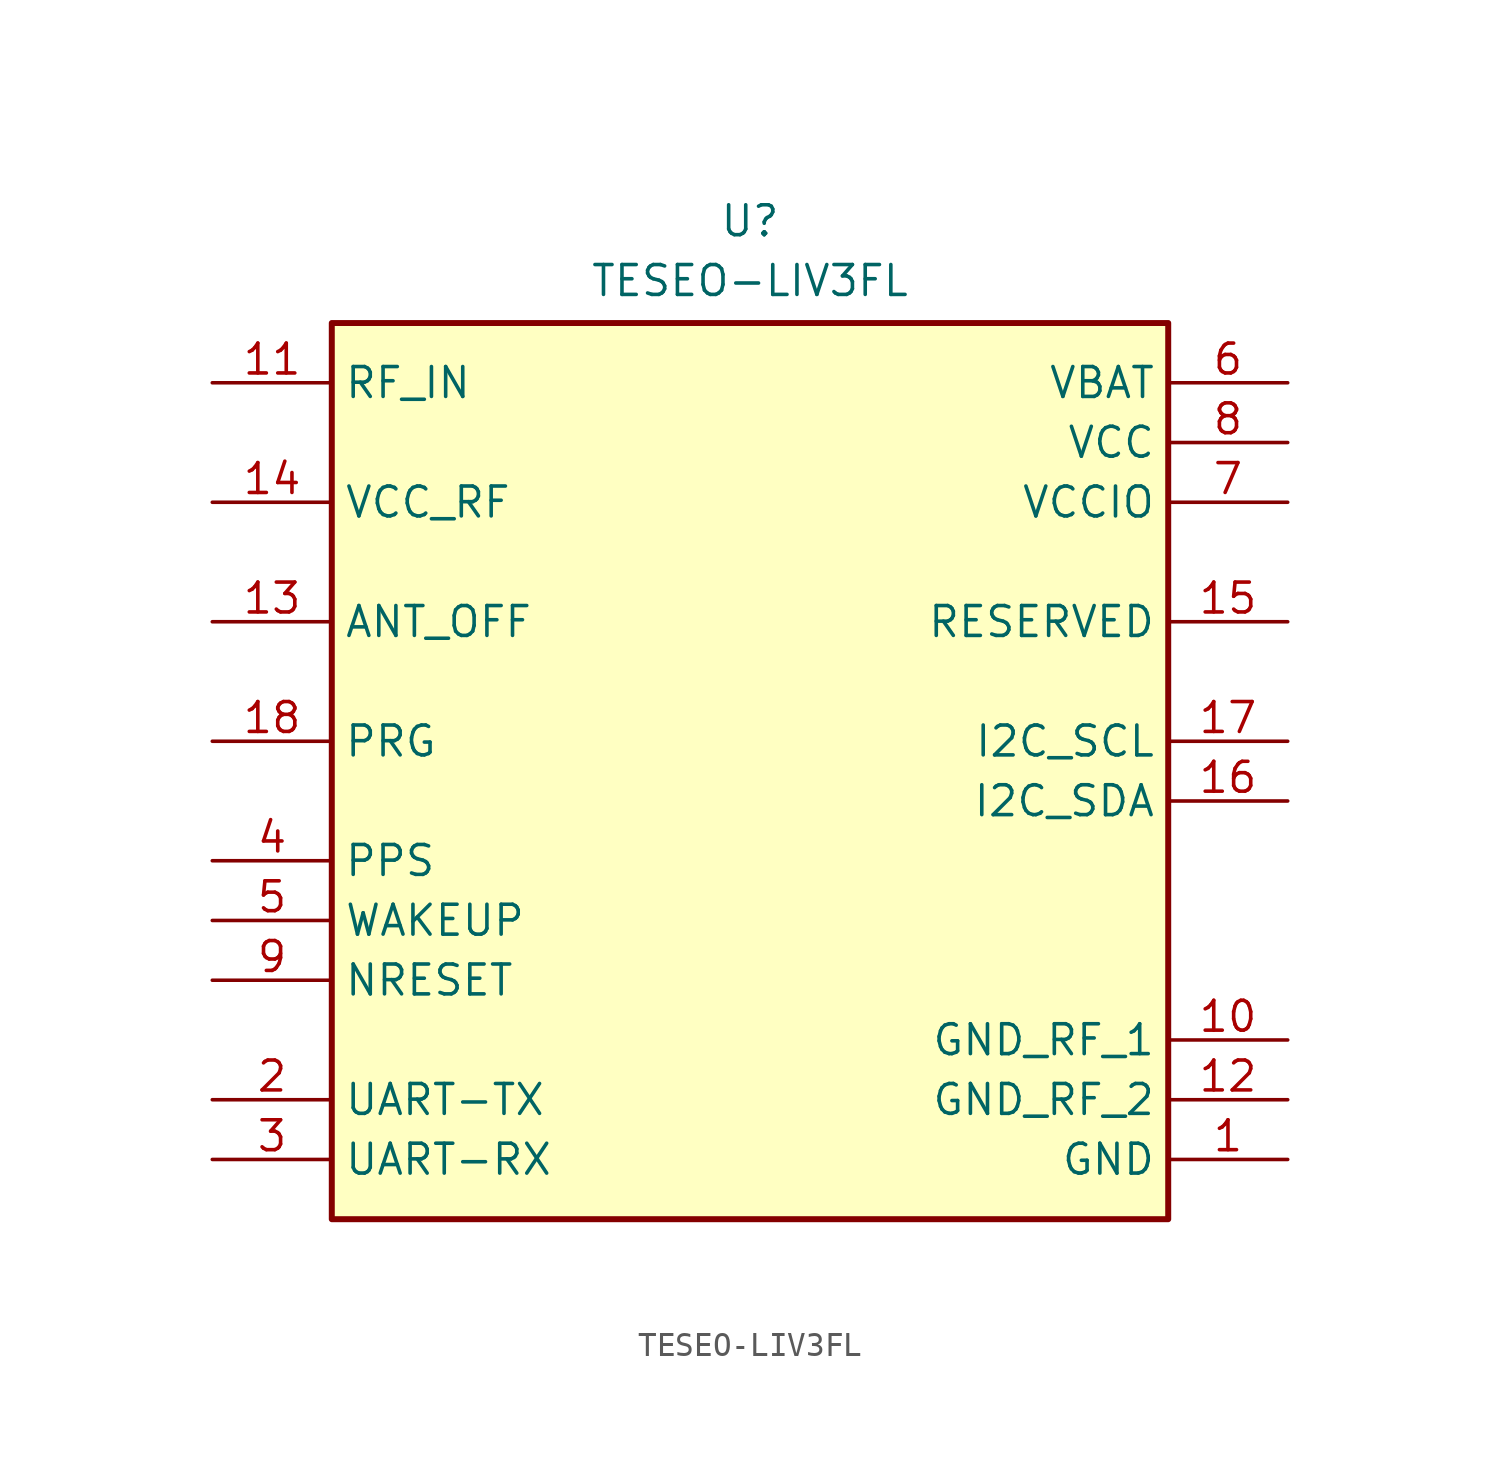
<source format=kicad_sym>
(kicad_symbol_lib
  (version 20220914)
  (generator kicad_symbol_editor)
  (symbol "TESEO-LIV3FL"
    (property "Reference" "U"
      (at 0 20.32 0)
      (effects (font (size 1.27 1.27)) (justify top)))
    (property "Value" "TESEO-LIV3FL"
      (at 0 17.78 0)
      (effects (font (size 1.27 1.27)) (justify top)))
    (symbol "TESEO-LIV3FL_1_1"
      (rectangle (start -17.78 15.24) (end 17.78 -22.86) (stroke (width 0.254) (type default)) (fill (type background)))
      (pin passive line (at 22.86 -20.32 180) (length 5.08) (name "GND" (effects (font (size 1.27 1.27)))) (number "1" (effects (font (size 1.27 1.27)))))
      (pin passive line (at 22.86 -15.24 180) (length 5.08) (name "GND_RF_1" (effects (font (size 1.27 1.27)))) (number "10" (effects (font (size 1.27 1.27)))))
      (pin passive line (at -22.86 12.7 0) (length 5.08) (name "RF_IN" (effects (font (size 1.27 1.27)))) (number "11" (effects (font (size 1.27 1.27)))))
      (pin passive line (at 22.86 -17.78 180) (length 5.08) (name "GND_RF_2" (effects (font (size 1.27 1.27)))) (number "12" (effects (font (size 1.27 1.27)))))
      (pin passive line (at -22.86 2.54 0) (length 5.08) (name "ANT_OFF" (effects (font (size 1.27 1.27)))) (number "13" (effects (font (size 1.27 1.27)))))
      (pin passive line (at -22.86 7.62 0) (length 5.08) (name "VCC_RF" (effects (font (size 1.27 1.27)))) (number "14" (effects (font (size 1.27 1.27)))))
      (pin passive line (at 22.86 2.54 180) (length 5.08) (name "RESERVED" (effects (font (size 1.27 1.27)))) (number "15" (effects (font (size 1.27 1.27)))))
      (pin passive line (at 22.86 -5.08 180) (length 5.08) (name "I2C_SDA" (effects (font (size 1.27 1.27)))) (number "16" (effects (font (size 1.27 1.27)))))
      (pin passive line (at 22.86 -2.54 180) (length 5.08) (name "I2C_SCL" (effects (font (size 1.27 1.27)))) (number "17" (effects (font (size 1.27 1.27)))))
      (pin passive line (at -22.86 -2.54 0) (length 5.08) (name "PRG" (effects (font (size 1.27 1.27)))) (number "18" (effects (font (size 1.27 1.27)))))
      (pin passive line (at -22.86 -17.78 0) (length 5.08) (name "UART-TX" (effects (font (size 1.27 1.27)))) (number "2" (effects (font (size 1.27 1.27)))))
      (pin passive line (at -22.86 -20.32 0) (length 5.08) (name "UART-RX" (effects (font (size 1.27 1.27)))) (number "3" (effects (font (size 1.27 1.27)))))
      (pin passive line (at -22.86 -7.62 0) (length 5.08) (name "PPS" (effects (font (size 1.27 1.27)))) (number "4" (effects (font (size 1.27 1.27)))))
      (pin passive line (at -22.86 -10.16 0) (length 5.08) (name "WAKEUP" (effects (font (size 1.27 1.27)))) (number "5" (effects (font (size 1.27 1.27)))))
      (pin passive line (at 22.86 12.7 180) (length 5.08) (name "VBAT" (effects (font (size 1.27 1.27)))) (number "6" (effects (font (size 1.27 1.27)))))
      (pin passive line (at 22.86 7.62 180) (length 5.08) (name "VCCIO" (effects (font (size 1.27 1.27)))) (number "7" (effects (font (size 1.27 1.27)))))
      (pin passive line (at 22.86 10.16 180) (length 5.08) (name "VCC" (effects (font (size 1.27 1.27)))) (number "8" (effects (font (size 1.27 1.27)))))
      (pin passive line (at -22.86 -12.7 0) (length 5.08) (name "NRESET" (effects (font (size 1.27 1.27)))) (number "9" (effects (font (size 1.27 1.27))))))))
</source>
